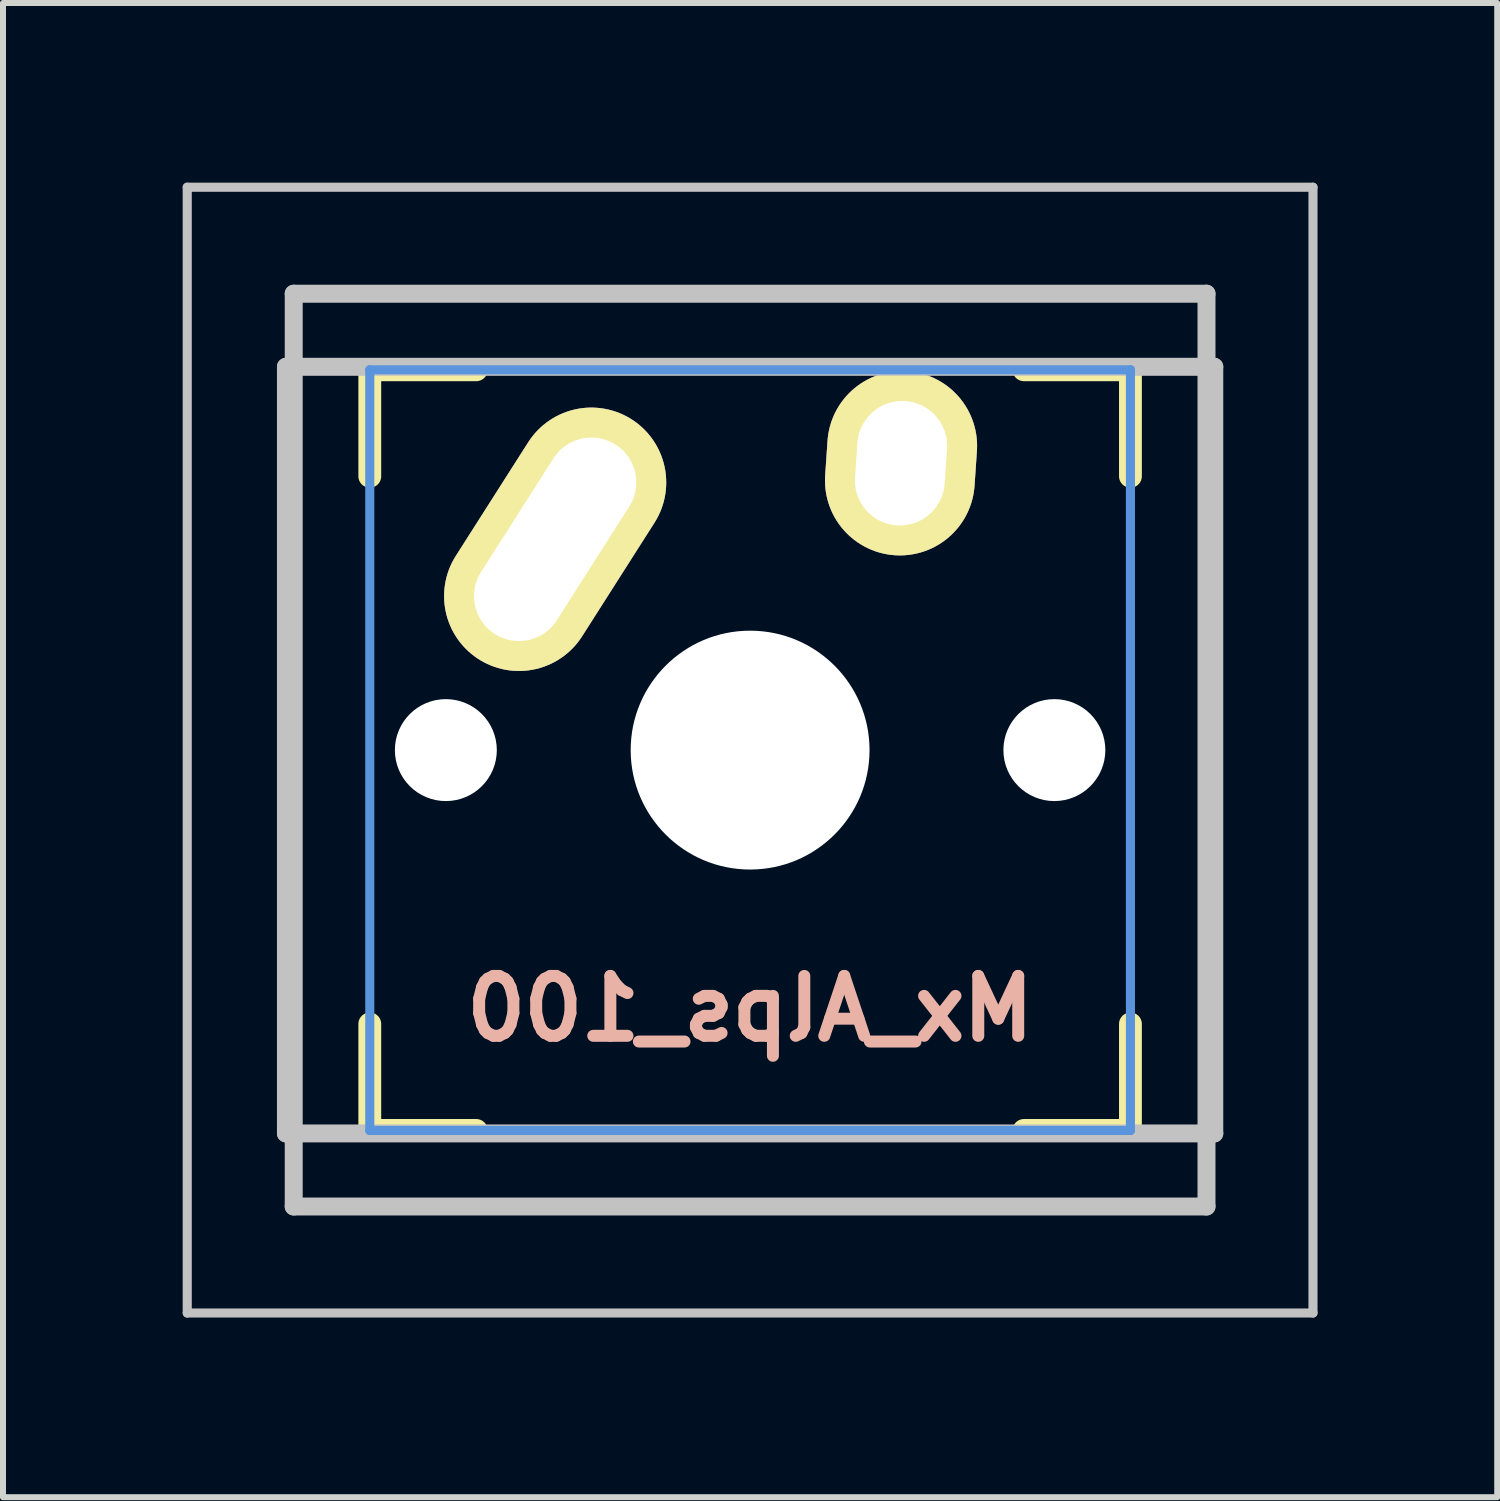
<source format=kicad_pcb>
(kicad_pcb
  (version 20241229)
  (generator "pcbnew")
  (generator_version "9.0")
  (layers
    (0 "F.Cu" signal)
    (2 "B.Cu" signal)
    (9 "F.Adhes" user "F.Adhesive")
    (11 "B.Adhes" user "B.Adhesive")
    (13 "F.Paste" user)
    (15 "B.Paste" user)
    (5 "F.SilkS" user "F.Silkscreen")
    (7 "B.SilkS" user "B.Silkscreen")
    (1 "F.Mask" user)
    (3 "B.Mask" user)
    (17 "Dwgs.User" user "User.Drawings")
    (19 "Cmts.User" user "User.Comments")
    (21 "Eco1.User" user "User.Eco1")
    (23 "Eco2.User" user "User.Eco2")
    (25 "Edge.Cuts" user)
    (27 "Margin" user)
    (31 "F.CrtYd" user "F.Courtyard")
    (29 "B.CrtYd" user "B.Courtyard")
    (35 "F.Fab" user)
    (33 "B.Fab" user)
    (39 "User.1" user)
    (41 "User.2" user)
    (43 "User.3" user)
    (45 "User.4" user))
  (footprint "Mx_Alps_100"
    (layer "F.Cu")
    (at 9.474 9.474)
    (property "Reference" "Mx_Alps_100" (at 0 4.318 180) (layer "B.SilkS") (effects (font (size 1 1) (thickness 0.2)) (justify mirror)))
    (attr through_hole)
    (fp_line (start -6.35 -6.35) (end -4.572 -6.35) (stroke (width 0.381) (type solid)) (layer "F.SilkS"))
    (fp_line (start -6.35 -4.572) (end -6.35 -6.35) (stroke (width 0.381) (type solid)) (layer "F.SilkS"))
    (fp_line (start -6.35 6.35) (end -6.35 4.572) (stroke (width 0.381) (type solid)) (layer "F.SilkS"))
    (fp_line (start -4.572 6.35) (end -6.35 6.35) (stroke (width 0.381) (type solid)) (layer "F.SilkS"))
    (fp_line (start 4.572 -6.35) (end 6.35 -6.35) (stroke (width 0.381) (type solid)) (layer "F.SilkS"))
    (fp_line (start 6.35 -6.35) (end 6.35 -4.572) (stroke (width 0.381) (type solid)) (layer "F.SilkS"))
    (fp_line (start 6.35 4.572) (end 6.35 6.35) (stroke (width 0.381) (type solid)) (layer "F.SilkS"))
    (fp_line (start 6.35 6.35) (end 4.572 6.35) (stroke (width 0.381) (type solid)) (layer "F.SilkS"))
    (fp_line (start -9.398 -9.398) (end 9.398 -9.398) (stroke (width 0.152) (type solid)) (layer "Dwgs.User"))
    (fp_line (start -9.398 9.398) (end -9.398 -9.398) (stroke (width 0.152) (type solid)) (layer "Dwgs.User"))
    (fp_line (start -7.75 6.4) (end -7.75 -6.4) (stroke (width 0.3) (type solid)) (layer "Dwgs.User"))
    (fp_line (start -7.75 6.4) (end 7.75 6.4) (stroke (width 0.3) (type solid)) (layer "Dwgs.User"))
    (fp_line (start -7.62 -7.62) (end 7.62 -7.62) (stroke (width 0.3) (type solid)) (layer "Dwgs.User"))
    (fp_line (start -7.62 7.62) (end -7.62 -7.62) (stroke (width 0.3) (type solid)) (layer "Dwgs.User"))
    (fp_line (start 7.62 -7.62) (end 7.62 7.62) (stroke (width 0.3) (type solid)) (layer "Dwgs.User"))
    (fp_line (start 7.62 7.62) (end -7.62 7.62) (stroke (width 0.3) (type solid)) (layer "Dwgs.User"))
    (fp_line (start 7.75 -6.4) (end -7.75 -6.4) (stroke (width 0.3) (type solid)) (layer "Dwgs.User"))
    (fp_line (start 7.75 6.4) (end 7.75 -6.4) (stroke (width 0.3) (type solid)) (layer "Dwgs.User"))
    (fp_line (start 9.398 -9.398) (end 9.398 9.398) (stroke (width 0.152) (type solid)) (layer "Dwgs.User"))
    (fp_line (start 9.398 9.398) (end -9.398 9.398) (stroke (width 0.152) (type solid)) (layer "Dwgs.User"))
    (fp_line (start -6.35 -6.35) (end 6.35 -6.35) (stroke (width 0.152) (type solid)) (layer "Cmts.User"))
    (fp_line (start -6.35 6.35) (end -6.35 -6.35) (stroke (width 0.152) (type solid)) (layer "Cmts.User"))
    (fp_line (start 6.35 -6.35) (end 6.35 6.35) (stroke (width 0.152) (type solid)) (layer "Cmts.User"))
    (fp_line (start 6.35 6.35) (end -6.35 6.35) (stroke (width 0.152) (type solid)) (layer "Cmts.User"))
    (fp_line (start -6.985 -6.985) (end 6.985 -6.985) (stroke (width 0.152) (type solid)) (layer "Eco2.User"))
    (fp_line (start -6.985 6.985) (end -6.985 -6.985) (stroke (width 0.152) (type solid)) (layer "Eco2.User"))
    (fp_line (start 6.985 -6.985) (end 6.985 6.985) (stroke (width 0.152) (type solid)) (layer "Eco2.User"))
    (fp_line (start 6.985 6.985) (end -6.985 6.985) (stroke (width 0.152) (type solid)) (layer "Eco2.User"))
    (pad "" np_thru_hole circle (at -5.08 0) (size 1.702 1.702) (drill 1.702) (layers "*.Cu"))
    (pad "" np_thru_hole circle (at 0 0) (size 3.988 3.988) (drill 3.988) (layers "*.Cu"))
    (pad "" np_thru_hole circle (at 5.08 0) (size 1.702 1.702) (drill 1.702) (layers "*.Cu"))
    (pad "1" thru_hole oval (at -3.255 -3.52 327.5) (size 2.5 4.75) (drill oval 1.5 3.75) (layers "*.Cu" "*.Mask" "F.SilkS"))
    (pad "2" thru_hole oval (at 2.52 -4.79 356.1) (size 2.5 3.08) (drill oval 1.5 2.08) (layers "*.Cu" "*.Mask" "F.SilkS")))
  (gr_rect
    (start -3 -3)
    (end 21.948 21.948)
    (stroke (width 0.1) (type default))
    (fill no)
    (layer "Edge.Cuts")))
</source>
